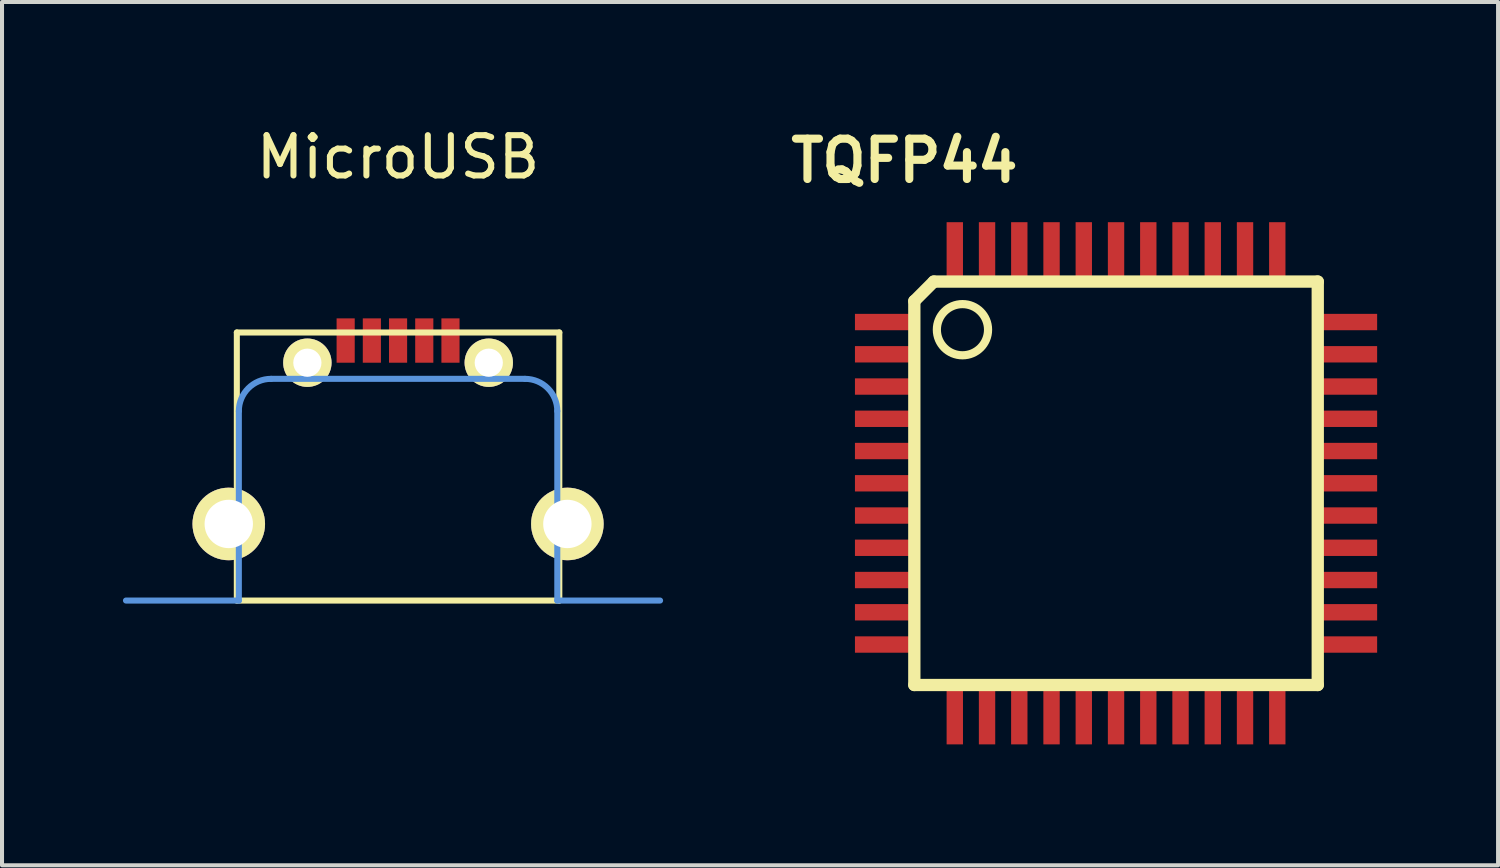
<source format=kicad_pcb>
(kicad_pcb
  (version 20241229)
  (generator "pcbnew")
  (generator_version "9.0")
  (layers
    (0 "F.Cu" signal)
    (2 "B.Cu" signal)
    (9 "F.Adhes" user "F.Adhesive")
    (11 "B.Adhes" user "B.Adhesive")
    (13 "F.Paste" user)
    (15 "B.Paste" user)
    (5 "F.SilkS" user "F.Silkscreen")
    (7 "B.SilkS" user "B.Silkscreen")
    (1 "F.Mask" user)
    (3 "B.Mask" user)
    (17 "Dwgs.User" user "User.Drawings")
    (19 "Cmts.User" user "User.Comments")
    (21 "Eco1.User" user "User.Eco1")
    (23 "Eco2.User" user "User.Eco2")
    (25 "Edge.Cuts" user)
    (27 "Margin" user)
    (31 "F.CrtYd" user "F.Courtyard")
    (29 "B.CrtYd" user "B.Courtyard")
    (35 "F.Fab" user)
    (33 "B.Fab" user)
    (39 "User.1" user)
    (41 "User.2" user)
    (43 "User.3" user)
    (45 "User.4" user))
  (footprint "TQFP44"
    (layer "F.Cu")
    (at 24.636 8.939)
    (property "Reference" "TQFP44" (at -5.248 -8.001 0) (layer "F.SilkS") (effects (font (size 1.001 1.001) (thickness 0.201))))
    (attr smd)
    (fp_line (start -5.004 -4.521) (end -5.004 5.004) (stroke (width 0.305) (type solid)) (layer "F.SilkS"))
    (fp_line (start -5.004 -4.521) (end -4.521 -5.004) (stroke (width 0.305) (type solid)) (layer "F.SilkS"))
    (fp_line (start -4.521 -5.004) (end 5.004 -5.004) (stroke (width 0.305) (type solid)) (layer "F.SilkS"))
    (fp_line (start 5.004 -5.004) (end 5.004 5.004) (stroke (width 0.305) (type solid)) (layer "F.SilkS"))
    (fp_line (start 5.004 5.004) (end -5.004 5.004) (stroke (width 0.305) (type solid)) (layer "F.SilkS"))
    (fp_circle (center -3.81 -3.81) (end -3.81 -3.175) (stroke (width 0.203) (type solid)) (fill no) (layer "F.SilkS"))
    (pad "1" smd rect (at -5.715 -4) (size 1.524 0.406) (layers "F.Cu" "F.Mask" "F.Paste"))
    (pad "2" smd rect (at -5.715 -3.2) (size 1.524 0.406) (layers "F.Cu" "F.Mask" "F.Paste"))
    (pad "3" smd rect (at -5.715 -2.4) (size 1.524 0.406) (layers "F.Cu" "F.Mask" "F.Paste"))
    (pad "4" smd rect (at -5.715 -1.6) (size 1.524 0.406) (layers "F.Cu" "F.Mask" "F.Paste"))
    (pad "5" smd rect (at -5.715 -0.8) (size 1.524 0.406) (layers "F.Cu" "F.Mask" "F.Paste"))
    (pad "6" smd rect (at -5.715 0) (size 1.524 0.406) (layers "F.Cu" "F.Mask" "F.Paste"))
    (pad "7" smd rect (at -5.715 0.8) (size 1.524 0.406) (layers "F.Cu" "F.Mask" "F.Paste"))
    (pad "8" smd rect (at -5.715 1.6) (size 1.524 0.406) (layers "F.Cu" "F.Mask" "F.Paste"))
    (pad "9" smd rect (at -5.715 2.4) (size 1.524 0.406) (layers "F.Cu" "F.Mask" "F.Paste"))
    (pad "10" smd rect (at -5.715 3.2) (size 1.524 0.406) (layers "F.Cu" "F.Mask" "F.Paste"))
    (pad "11" smd rect (at -5.715 4) (size 1.524 0.406) (layers "F.Cu" "F.Mask" "F.Paste"))
    (pad "12" smd rect (at -4 5.715) (size 0.406 1.524) (layers "F.Cu" "F.Mask" "F.Paste"))
    (pad "13" smd rect (at -3.2 5.715) (size 0.406 1.524) (layers "F.Cu" "F.Mask" "F.Paste"))
    (pad "14" smd rect (at -2.4 5.715) (size 0.406 1.524) (layers "F.Cu" "F.Mask" "F.Paste"))
    (pad "15" smd rect (at -1.6 5.715) (size 0.406 1.524) (layers "F.Cu" "F.Mask" "F.Paste"))
    (pad "16" smd rect (at -0.8 5.715) (size 0.406 1.524) (layers "F.Cu" "F.Mask" "F.Paste"))
    (pad "17" smd rect (at 0 5.715) (size 0.406 1.524) (layers "F.Cu" "F.Mask" "F.Paste"))
    (pad "18" smd rect (at 0.8 5.715) (size 0.406 1.524) (layers "F.Cu" "F.Mask" "F.Paste"))
    (pad "19" smd rect (at 1.6 5.715) (size 0.406 1.524) (layers "F.Cu" "F.Mask" "F.Paste"))
    (pad "20" smd rect (at 2.4 5.715) (size 0.406 1.524) (layers "F.Cu" "F.Mask" "F.Paste"))
    (pad "21" smd rect (at 3.2 5.715) (size 0.406 1.524) (layers "F.Cu" "F.Mask" "F.Paste"))
    (pad "22" smd rect (at 4 5.715) (size 0.406 1.524) (layers "F.Cu" "F.Mask" "F.Paste"))
    (pad "23" smd rect (at 5.715 4) (size 1.524 0.406) (layers "F.Cu" "F.Mask" "F.Paste"))
    (pad "24" smd rect (at 5.715 3.2) (size 1.524 0.406) (layers "F.Cu" "F.Mask" "F.Paste"))
    (pad "25" smd rect (at 5.715 2.4) (size 1.524 0.406) (layers "F.Cu" "F.Mask" "F.Paste"))
    (pad "26" smd rect (at 5.715 1.6) (size 1.524 0.406) (layers "F.Cu" "F.Mask" "F.Paste"))
    (pad "27" smd rect (at 5.715 0.8) (size 1.524 0.406) (layers "F.Cu" "F.Mask" "F.Paste"))
    (pad "28" smd rect (at 5.715 0) (size 1.524 0.406) (layers "F.Cu" "F.Mask" "F.Paste"))
    (pad "29" smd rect (at 5.715 -0.8) (size 1.524 0.406) (layers "F.Cu" "F.Mask" "F.Paste"))
    (pad "30" smd rect (at 5.715 -1.6) (size 1.524 0.406) (layers "F.Cu" "F.Mask" "F.Paste"))
    (pad "31" smd rect (at 5.715 -2.4) (size 1.524 0.406) (layers "F.Cu" "F.Mask" "F.Paste"))
    (pad "32" smd rect (at 5.715 -3.2) (size 1.524 0.406) (layers "F.Cu" "F.Mask" "F.Paste"))
    (pad "33" smd rect (at 5.715 -4) (size 1.524 0.406) (layers "F.Cu" "F.Mask" "F.Paste"))
    (pad "34" smd rect (at 4 -5.715) (size 0.406 1.524) (layers "F.Cu" "F.Mask" "F.Paste"))
    (pad "35" smd rect (at 3.2 -5.715) (size 0.406 1.524) (layers "F.Cu" "F.Mask" "F.Paste"))
    (pad "36" smd rect (at 2.4 -5.715) (size 0.406 1.524) (layers "F.Cu" "F.Mask" "F.Paste"))
    (pad "37" smd rect (at 1.6 -5.715) (size 0.406 1.524) (layers "F.Cu" "F.Mask" "F.Paste"))
    (pad "38" smd rect (at 0.8 -5.715) (size 0.406 1.524) (layers "F.Cu" "F.Mask" "F.Paste"))
    (pad "39" smd rect (at 0 -5.715) (size 0.406 1.524) (layers "F.Cu" "F.Mask" "F.Paste"))
    (pad "40" smd rect (at -0.8 -5.715) (size 0.406 1.524) (layers "F.Cu" "F.Mask" "F.Paste"))
    (pad "41" smd rect (at -1.6 -5.715) (size 0.406 1.524) (layers "F.Cu" "F.Mask" "F.Paste"))
    (pad "42" smd rect (at -2.4 -5.715) (size 0.406 1.524) (layers "F.Cu" "F.Mask" "F.Paste"))
    (pad "43" smd rect (at -3.2 -5.715) (size 0.406 1.524) (layers "F.Cu" "F.Mask" "F.Paste"))
    (pad "44" smd rect (at -4 -5.715) (size 0.406 1.524) (layers "F.Cu" "F.Mask" "F.Paste")))
  (footprint "MicroUSB"
    (layer "F.Cu")
    (at 6.825 8.348)
    (property "Reference" "MicroUSB" (at 0 -7.5 0) (layer "F.SilkS") (effects (font (size 1 1) (thickness 0.15))))
    (attr smd)
    (fp_line (start -4 -3.15) (end 4 -3.15) (stroke (width 0.15) (type solid)) (layer "F.SilkS"))
    (fp_line (start -4 3.5) (end -4 -3.15) (stroke (width 0.15) (type solid)) (layer "F.SilkS"))
    (fp_line (start 4 -3.15) (end 4 3.5) (stroke (width 0.15) (type solid)) (layer "F.SilkS"))
    (fp_line (start 4 3.5) (end -4 3.5) (stroke (width 0.15) (type solid)) (layer "F.SilkS"))
    (fp_line (start -6.75 3.5) (end -3.95 3.5) (stroke (width 0.15) (type solid)) (layer "Cmts.User"))
    (fp_line (start -3.95 3.5) (end -3.95 -1.2) (stroke (width 0.15) (type solid)) (layer "Cmts.User"))
    (fp_line (start -3.15 -2) (end 3.15 -2) (stroke (width 0.15) (type solid)) (layer "Cmts.User"))
    (fp_line (start 3.95 3.5) (end 3.95 -1.2) (stroke (width 0.15) (type solid)) (layer "Cmts.User"))
    (fp_line (start 6.5 3.5) (end 3.95 3.5) (stroke (width 0.15) (type solid)) (layer "Cmts.User"))
    (fp_arc (start -3.95 -1.2) (mid -3.715685 -1.765685) (end -3.15 -2) (stroke (width 0.15) (type solid)) (layer "Cmts.User"))
    (fp_arc (start 3.15 -2) (mid 3.715685 -1.765685) (end 3.95 -1.2) (stroke (width 0.15) (type solid)) (layer "Cmts.User"))
    (pad "1" smd rect (at -1.3 -2.95) (size 0.45 1.1) (layers "F.Cu" "F.Mask" "F.Paste"))
    (pad "2" smd rect (at -0.65 -2.95) (size 0.45 1.1) (layers "F.Cu" "F.Mask" "F.Paste"))
    (pad "3" smd rect (at 0 -2.95) (size 0.45 1.1) (layers "F.Cu" "F.Mask" "F.Paste"))
    (pad "4" smd rect (at 0.65 -2.95) (size 0.45 1.1) (layers "F.Cu" "F.Mask" "F.Paste"))
    (pad "5" smd rect (at 1.3 -2.95) (size 0.45 1.1) (layers "F.Cu" "F.Mask" "F.Paste"))
    (pad "6" thru_hole circle (at -4.2 1.6) (size 1.8 1.8) (drill 1.2) (layers "*.Cu" "*.Mask" "F.SilkS"))
    (pad "6" thru_hole circle (at -2.25 -2.4) (size 1.2 1.2) (drill 0.7) (layers "*.Cu" "*.Mask" "F.SilkS"))
    (pad "6" thru_hole circle (at 2.25 -2.4) (size 1.2 1.2) (drill 0.7) (layers "*.Cu" "*.Mask" "F.SilkS"))
    (pad "6" thru_hole circle (at 4.2 1.6) (size 1.8 1.8) (drill 1.2) (layers "*.Cu" "*.Mask" "F.SilkS")))
  (gr_rect
    (start -3 -3)
    (end 34.113 18.416)
    (stroke (width 0.1) (type default))
    (fill no)
    (layer "Edge.Cuts")))
</source>
